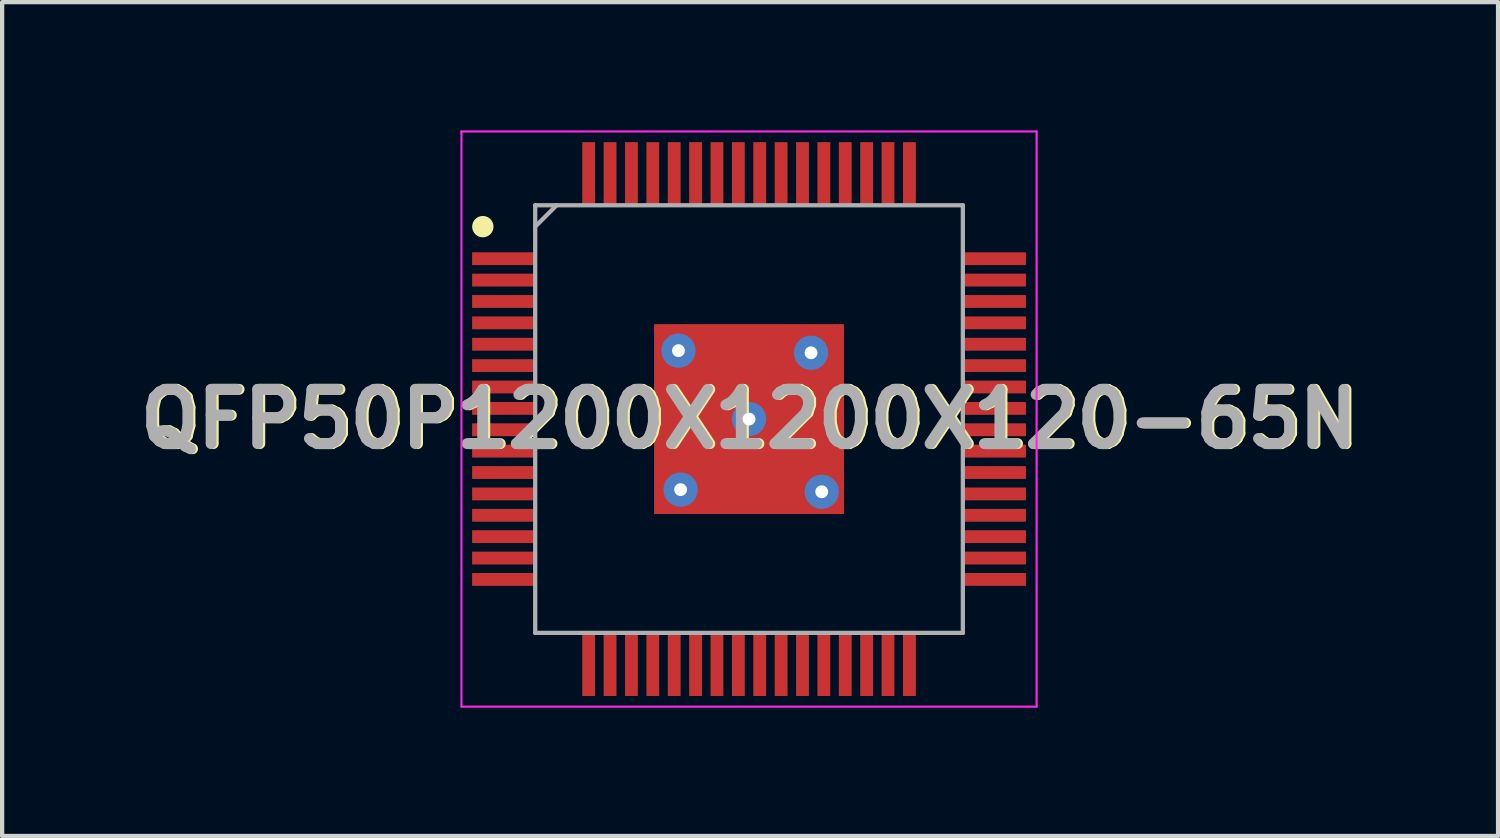
<source format=kicad_pcb>
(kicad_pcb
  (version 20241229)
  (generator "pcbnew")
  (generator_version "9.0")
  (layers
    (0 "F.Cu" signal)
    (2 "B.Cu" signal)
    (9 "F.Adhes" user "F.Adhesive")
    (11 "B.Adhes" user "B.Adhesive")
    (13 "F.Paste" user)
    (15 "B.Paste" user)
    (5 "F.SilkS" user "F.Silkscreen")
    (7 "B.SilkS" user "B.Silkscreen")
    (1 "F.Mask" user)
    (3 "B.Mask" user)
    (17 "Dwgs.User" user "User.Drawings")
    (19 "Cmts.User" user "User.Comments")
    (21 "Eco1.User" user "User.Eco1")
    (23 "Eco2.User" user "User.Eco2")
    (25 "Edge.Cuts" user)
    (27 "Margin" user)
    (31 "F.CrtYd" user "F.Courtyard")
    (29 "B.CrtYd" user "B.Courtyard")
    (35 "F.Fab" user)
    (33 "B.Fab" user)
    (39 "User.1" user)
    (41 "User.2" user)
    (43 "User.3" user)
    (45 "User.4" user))
  (footprint "QFP50P1200X1200X120-65N"
    (layer "F.Cu")
    (at 14.466 6.75)
    (property "Reference" "QFP50P1200X1200X120-65N" (at 0.05 0 0) (layer "F.SilkS") (effects (font (size 1.27 1.27) (thickness 0.254))))
    (attr smd)
    (fp_circle (center -6.225 -4.5) (end -6.225 -4.375) (stroke (width 0.25) (type solid)) (fill no) (layer "F.SilkS"))
    (fp_line (start -6.725 -6.725) (end 6.725 -6.725) (stroke (width 0.05) (type solid)) (layer "F.CrtYd"))
    (fp_line (start -6.725 6.725) (end -6.725 -6.725) (stroke (width 0.05) (type solid)) (layer "F.CrtYd"))
    (fp_line (start 6.725 -6.725) (end 6.725 6.725) (stroke (width 0.05) (type solid)) (layer "F.CrtYd"))
    (fp_line (start 6.725 6.725) (end -6.725 6.725) (stroke (width 0.05) (type solid)) (layer "F.CrtYd"))
    (fp_line (start -5 -5) (end 5 -5) (stroke (width 0.1) (type solid)) (layer "F.Fab"))
    (fp_line (start -5 -4.5) (end -4.5 -5) (stroke (width 0.1) (type solid)) (layer "F.Fab"))
    (fp_line (start -5 5) (end -5 -5) (stroke (width 0.1) (type solid)) (layer "F.Fab"))
    (fp_line (start 5 -5) (end 5 5) (stroke (width 0.1) (type solid)) (layer "F.Fab"))
    (fp_line (start 5 5) (end -5 5) (stroke (width 0.1) (type solid)) (layer "F.Fab"))
    (fp_text user "${REFERENCE}" (at 0 0 0) (layer "F.Fab") (effects (font (size 1.27 1.27) (thickness 0.254))))
    (pad "1" smd rect (at -5.738 -3.75 90) (size 0.3 1.475) (layers "F.Cu" "F.Mask" "F.Paste"))
    (pad "2" smd rect (at -5.738 -3.25 90) (size 0.3 1.475) (layers "F.Cu" "F.Mask" "F.Paste"))
    (pad "3" smd rect (at -5.738 -2.75 90) (size 0.3 1.475) (layers "F.Cu" "F.Mask" "F.Paste"))
    (pad "4" smd rect (at -5.738 -2.25 90) (size 0.3 1.475) (layers "F.Cu" "F.Mask" "F.Paste"))
    (pad "5" smd rect (at -5.738 -1.75 90) (size 0.3 1.475) (layers "F.Cu" "F.Mask" "F.Paste"))
    (pad "6" smd rect (at -5.738 -1.25 90) (size 0.3 1.475) (layers "F.Cu" "F.Mask" "F.Paste"))
    (pad "7" smd rect (at -5.738 -0.75 90) (size 0.3 1.475) (layers "F.Cu" "F.Mask" "F.Paste"))
    (pad "8" smd rect (at -5.738 -0.25 90) (size 0.3 1.475) (layers "F.Cu" "F.Mask" "F.Paste"))
    (pad "9" smd rect (at -5.738 0.25 90) (size 0.3 1.475) (layers "F.Cu" "F.Mask" "F.Paste"))
    (pad "10" smd rect (at -5.738 0.75 90) (size 0.3 1.475) (layers "F.Cu" "F.Mask" "F.Paste"))
    (pad "11" smd rect (at -5.738 1.25 90) (size 0.3 1.475) (layers "F.Cu" "F.Mask" "F.Paste"))
    (pad "12" smd rect (at -5.738 1.75 90) (size 0.3 1.475) (layers "F.Cu" "F.Mask" "F.Paste"))
    (pad "13" smd rect (at -5.738 2.25 90) (size 0.3 1.475) (layers "F.Cu" "F.Mask" "F.Paste"))
    (pad "14" smd rect (at -5.738 2.75 90) (size 0.3 1.475) (layers "F.Cu" "F.Mask" "F.Paste"))
    (pad "15" smd rect (at -5.738 3.25 90) (size 0.3 1.475) (layers "F.Cu" "F.Mask" "F.Paste"))
    (pad "16" smd rect (at -5.738 3.75 90) (size 0.3 1.475) (layers "F.Cu" "F.Mask" "F.Paste"))
    (pad "17" smd rect (at -3.75 5.738) (size 0.3 1.475) (layers "F.Cu" "F.Mask" "F.Paste"))
    (pad "18" smd rect (at -3.25 5.738) (size 0.3 1.475) (layers "F.Cu" "F.Mask" "F.Paste"))
    (pad "19" smd rect (at -2.75 5.738) (size 0.3 1.475) (layers "F.Cu" "F.Mask" "F.Paste"))
    (pad "20" smd rect (at -2.25 5.738) (size 0.3 1.475) (layers "F.Cu" "F.Mask" "F.Paste"))
    (pad "21" smd rect (at -1.75 5.738) (size 0.3 1.475) (layers "F.Cu" "F.Mask" "F.Paste"))
    (pad "22" smd rect (at -1.25 5.738) (size 0.3 1.475) (layers "F.Cu" "F.Mask" "F.Paste"))
    (pad "23" smd rect (at -0.75 5.738) (size 0.3 1.475) (layers "F.Cu" "F.Mask" "F.Paste"))
    (pad "24" smd rect (at -0.25 5.738) (size 0.3 1.475) (layers "F.Cu" "F.Mask" "F.Paste"))
    (pad "25" smd rect (at 0.25 5.738) (size 0.3 1.475) (layers "F.Cu" "F.Mask" "F.Paste"))
    (pad "26" smd rect (at 0.75 5.738) (size 0.3 1.475) (layers "F.Cu" "F.Mask" "F.Paste"))
    (pad "27" smd rect (at 1.25 5.738) (size 0.3 1.475) (layers "F.Cu" "F.Mask" "F.Paste"))
    (pad "28" smd rect (at 1.75 5.738) (size 0.3 1.475) (layers "F.Cu" "F.Mask" "F.Paste"))
    (pad "29" smd rect (at 2.25 5.738) (size 0.3 1.475) (layers "F.Cu" "F.Mask" "F.Paste"))
    (pad "30" smd rect (at 2.75 5.738) (size 0.3 1.475) (layers "F.Cu" "F.Mask" "F.Paste"))
    (pad "31" smd rect (at 3.25 5.738) (size 0.3 1.475) (layers "F.Cu" "F.Mask" "F.Paste"))
    (pad "32" smd rect (at 3.75 5.738) (size 0.3 1.475) (layers "F.Cu" "F.Mask" "F.Paste"))
    (pad "33" smd rect (at 5.738 3.75 90) (size 0.3 1.475) (layers "F.Cu" "F.Mask" "F.Paste"))
    (pad "34" smd rect (at 5.738 3.25 90) (size 0.3 1.475) (layers "F.Cu" "F.Mask" "F.Paste"))
    (pad "35" smd rect (at 5.738 2.75 90) (size 0.3 1.475) (layers "F.Cu" "F.Mask" "F.Paste"))
    (pad "36" smd rect (at 5.738 2.25 90) (size 0.3 1.475) (layers "F.Cu" "F.Mask" "F.Paste"))
    (pad "37" smd rect (at 5.738 1.75 90) (size 0.3 1.475) (layers "F.Cu" "F.Mask" "F.Paste"))
    (pad "38" smd rect (at 5.738 1.25 90) (size 0.3 1.475) (layers "F.Cu" "F.Mask" "F.Paste"))
    (pad "39" smd rect (at 5.738 0.75 90) (size 0.3 1.475) (layers "F.Cu" "F.Mask" "F.Paste"))
    (pad "40" smd rect (at 5.738 0.25 90) (size 0.3 1.475) (layers "F.Cu" "F.Mask" "F.Paste"))
    (pad "41" smd rect (at 5.738 -0.25 90) (size 0.3 1.475) (layers "F.Cu" "F.Mask" "F.Paste"))
    (pad "42" smd rect (at 5.738 -0.75 90) (size 0.3 1.475) (layers "F.Cu" "F.Mask" "F.Paste"))
    (pad "43" smd rect (at 5.738 -1.25 90) (size 0.3 1.475) (layers "F.Cu" "F.Mask" "F.Paste"))
    (pad "44" smd rect (at 5.738 -1.75 90) (size 0.3 1.475) (layers "F.Cu" "F.Mask" "F.Paste"))
    (pad "45" smd rect (at 5.738 -2.25 90) (size 0.3 1.475) (layers "F.Cu" "F.Mask" "F.Paste"))
    (pad "46" smd rect (at 5.738 -2.75 90) (size 0.3 1.475) (layers "F.Cu" "F.Mask" "F.Paste"))
    (pad "47" smd rect (at 5.738 -3.25 90) (size 0.3 1.475) (layers "F.Cu" "F.Mask" "F.Paste"))
    (pad "48" smd rect (at 5.738 -3.75 90) (size 0.3 1.475) (layers "F.Cu" "F.Mask" "F.Paste"))
    (pad "49" smd rect (at 3.75 -5.738) (size 0.3 1.475) (layers "F.Cu" "F.Mask" "F.Paste"))
    (pad "50" smd rect (at 3.25 -5.738) (size 0.3 1.475) (layers "F.Cu" "F.Mask" "F.Paste"))
    (pad "51" smd rect (at 2.75 -5.738) (size 0.3 1.475) (layers "F.Cu" "F.Mask" "F.Paste"))
    (pad "52" smd rect (at 2.25 -5.738) (size 0.3 1.475) (layers "F.Cu" "F.Mask" "F.Paste"))
    (pad "53" smd rect (at 1.75 -5.738) (size 0.3 1.475) (layers "F.Cu" "F.Mask" "F.Paste"))
    (pad "54" smd rect (at 1.25 -5.738) (size 0.3 1.475) (layers "F.Cu" "F.Mask" "F.Paste"))
    (pad "55" smd rect (at 0.75 -5.738) (size 0.3 1.475) (layers "F.Cu" "F.Mask" "F.Paste"))
    (pad "56" smd rect (at 0.25 -5.738) (size 0.3 1.475) (layers "F.Cu" "F.Mask" "F.Paste"))
    (pad "57" smd rect (at -0.25 -5.738) (size 0.3 1.475) (layers "F.Cu" "F.Mask" "F.Paste"))
    (pad "58" smd rect (at -0.75 -5.738) (size 0.3 1.475) (layers "F.Cu" "F.Mask" "F.Paste"))
    (pad "59" smd rect (at -1.25 -5.738) (size 0.3 1.475) (layers "F.Cu" "F.Mask" "F.Paste"))
    (pad "60" smd rect (at -1.75 -5.738) (size 0.3 1.475) (layers "F.Cu" "F.Mask" "F.Paste"))
    (pad "61" smd rect (at -2.25 -5.738) (size 0.3 1.475) (layers "F.Cu" "F.Mask" "F.Paste"))
    (pad "62" smd rect (at -2.75 -5.738) (size 0.3 1.475) (layers "F.Cu" "F.Mask" "F.Paste"))
    (pad "63" smd rect (at -3.25 -5.738) (size 0.3 1.475) (layers "F.Cu" "F.Mask" "F.Paste"))
    (pad "64" smd rect (at -3.75 -5.738) (size 0.3 1.475) (layers "F.Cu" "F.Mask" "F.Paste"))
    (pad "65" thru_hole circle (at -1.65 -1.6) (size 0.8 0.8) (drill 0.3) (property pad_prop_heatsink) (layers "*.Cu"))
    (pad "65" thru_hole circle (at -1.6 1.65) (size 0.8 0.8) (drill 0.3) (property pad_prop_heatsink) (layers "*.Cu"))
    (pad "65" thru_hole circle (at 0 0) (size 0.8 0.8) (drill 0.3) (property pad_prop_heatsink) (layers "*.Cu"))
    (pad "65" smd rect (at 0 0) (size 4.44 4.44) (layers "F.Cu" "F.Mask" "F.Paste"))
    (pad "65" thru_hole circle (at 1.45 -1.55) (size 0.8 0.8) (drill 0.3) (property pad_prop_heatsink) (layers "*.Cu"))
    (pad "65" thru_hole circle (at 1.7 1.7) (size 0.8 0.8) (drill 0.3) (property pad_prop_heatsink) (layers "*.Cu")))
  (gr_rect
    (start -3 -3)
    (end 31.982 16.5)
    (stroke (width 0.1) (type default))
    (fill no)
    (layer "Edge.Cuts")))
</source>
